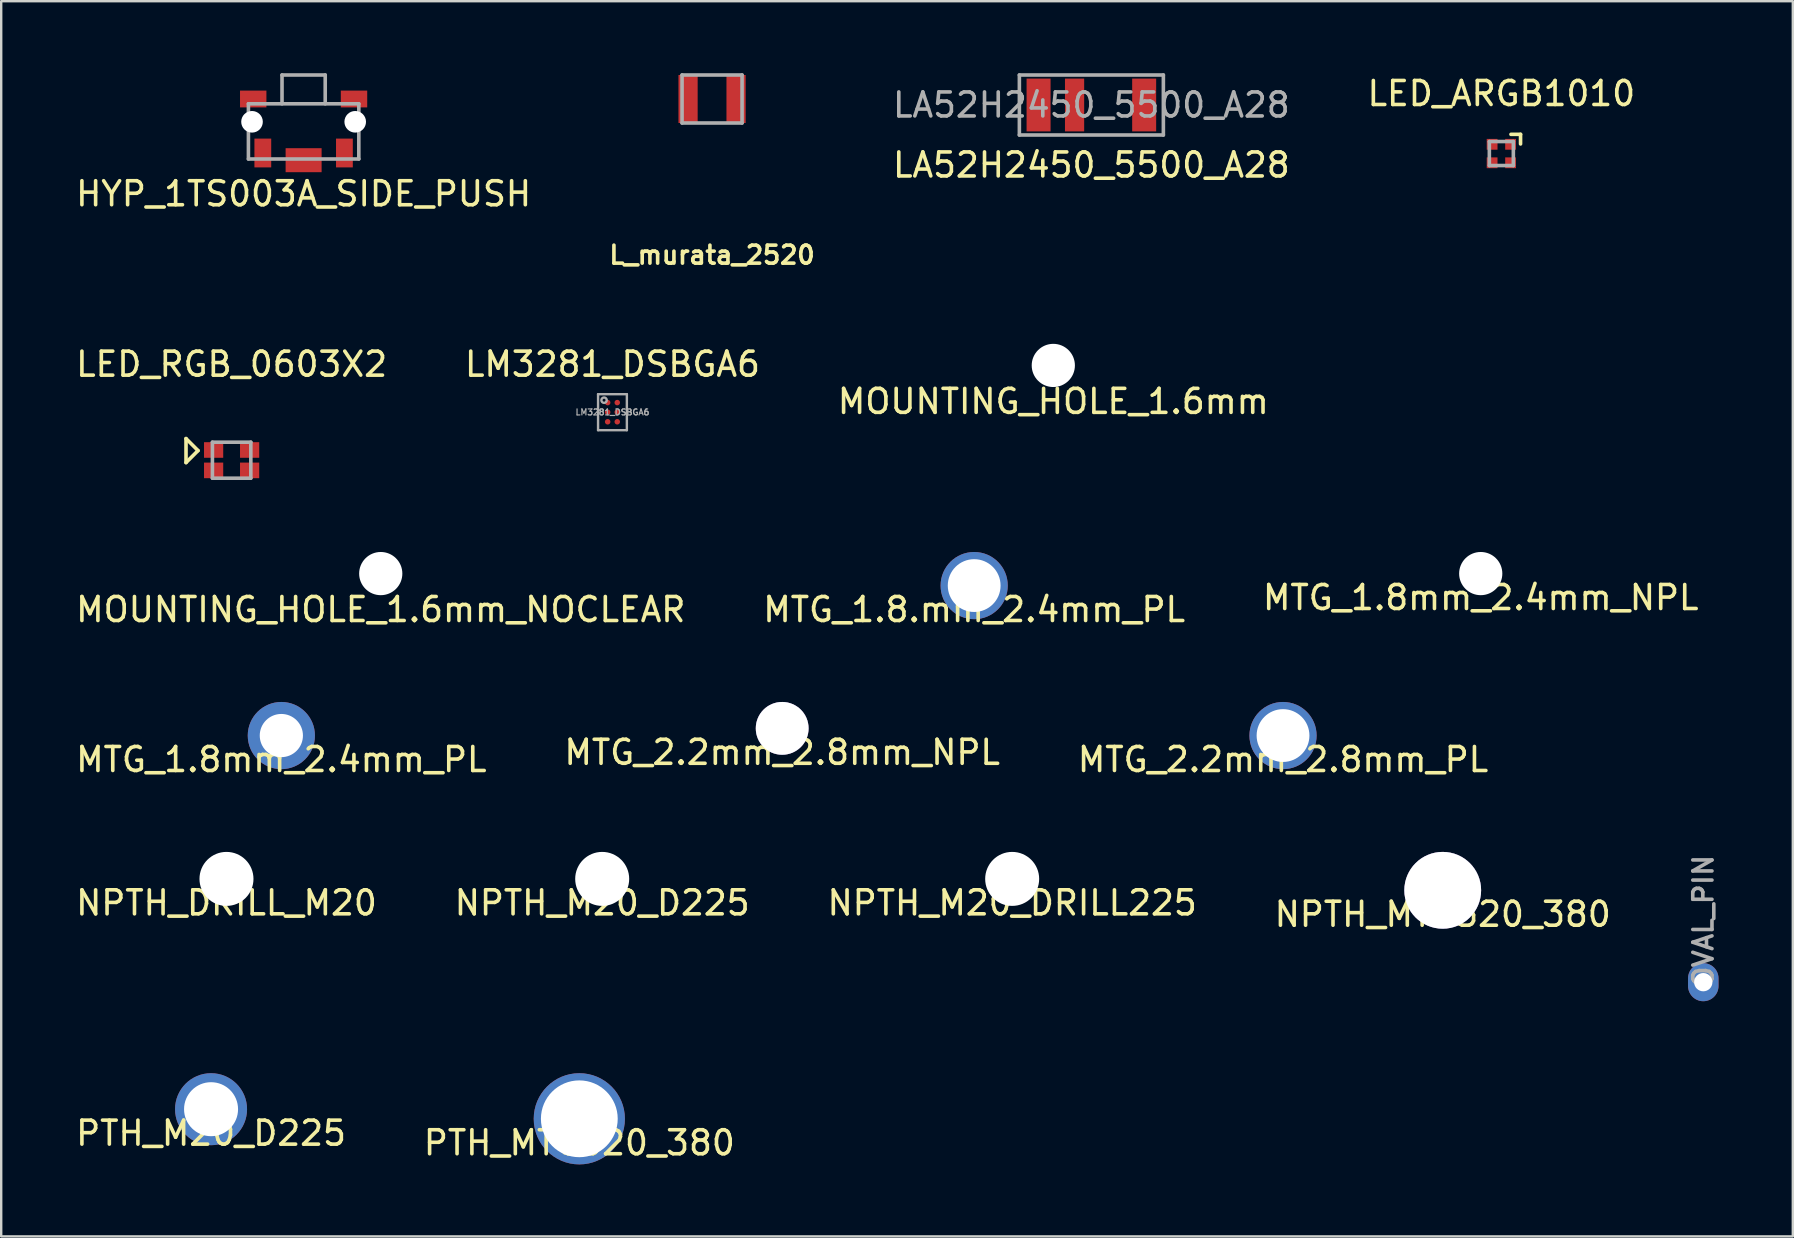
<source format=kicad_pcb>
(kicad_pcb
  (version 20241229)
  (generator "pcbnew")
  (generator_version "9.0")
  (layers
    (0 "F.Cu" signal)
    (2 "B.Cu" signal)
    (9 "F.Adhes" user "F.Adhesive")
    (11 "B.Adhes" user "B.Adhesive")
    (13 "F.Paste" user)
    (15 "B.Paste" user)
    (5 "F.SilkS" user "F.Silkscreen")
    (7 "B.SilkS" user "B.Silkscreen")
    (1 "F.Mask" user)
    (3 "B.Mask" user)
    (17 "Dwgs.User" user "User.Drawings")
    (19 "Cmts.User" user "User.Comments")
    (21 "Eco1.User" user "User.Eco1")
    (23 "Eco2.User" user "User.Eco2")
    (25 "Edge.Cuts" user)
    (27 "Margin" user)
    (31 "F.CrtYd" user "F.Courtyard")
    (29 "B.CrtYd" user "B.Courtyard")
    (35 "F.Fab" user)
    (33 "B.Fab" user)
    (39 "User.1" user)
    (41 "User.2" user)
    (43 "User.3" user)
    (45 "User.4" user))
  (footprint "NPTH_MTG320_380"
    (layer "F.Cu")
    (at 57.065 34.047)
    (property "Reference" "NPTH_MTG320_380" (at 0 1 0) (layer "F.SilkS") (effects (font (size 1 1) (thickness 0.15))))
    (attr through_hole)
    (pad "1" thru_hole circle (at 0 0) (size 3.2 3.2) (drill 3.2) (layers "*.Cu" "*.Mask")))
  (footprint "NPTH_DRILL_M20"
    (layer "F.Cu")
    (at 6.387 33.572)
    (property "Reference" "NPTH_DRILL_M20" (at 0 1 0) (layer "F.SilkS") (effects (font (size 1 1) (thickness 0.15))))
    (attr through_hole)
    (pad "" np_thru_hole circle (at 0 0) (size 2.25 2.25) (drill 2.25) (layers "*.Cu" "*.Mask")))
  (footprint "MTG_2.2mm_2.8mm_NPL"
    (layer "F.Cu")
    (at 29.542 27.299)
    (property "Reference" "MTG_2.2mm_2.8mm_NPL" (at 0 1 0) (layer "F.SilkS") (effects (font (size 1 1) (thickness 0.15))))
    (attr through_hole)
    (pad "1" thru_hole circle (at 0 0) (size 2.2 2.2) (drill 2.2) (layers "*.Cu" "*.Mask")))
  (footprint "LA52H2450_5500_A28"
    (layer "F.Cu")
    (at 42.425 1.325)
    (property "Reference" "LA52H2450_5500_A28" (at 0 2.5 0) (layer "F.SilkS") (effects (font (size 1 1) (thickness 0.15))))
    (attr through_hole)
    (fp_line (start -3 -1.25) (end 3 -1.25) (stroke (width 0.15) (type solid)) (layer "F.Fab"))
    (fp_line (start -3 1.25) (end -3 -1.25) (stroke (width 0.15) (type solid)) (layer "F.Fab"))
    (fp_line (start 3 -1.25) (end 3 1.25) (stroke (width 0.15) (type solid)) (layer "F.Fab"))
    (fp_line (start 3 1.25) (end -3 1.25) (stroke (width 0.15) (type solid)) (layer "F.Fab"))
    (fp_text user "${REFERENCE}" (at 0 0 0) (layer "F.Fab") (effects (font (size 1 1) (thickness 0.15))))
    (pad "1" smd rect (at -2.2 0) (size 1 2.2) (layers "F.Cu" "F.Mask" "F.Paste"))
    (pad "2" smd rect (at -0.7 0) (size 0.8 2.2) (layers "F.Cu" "F.Mask" "F.Paste"))
    (pad "3" smd rect (at 2.2 0) (size 1 2.2) (layers "F.Cu" "F.Mask" "F.Paste")))
  (footprint "MTG_1.8.mm_2.4mm_PL"
    (layer "F.Cu")
    (at 37.542 21.35)
    (property "Reference" "MTG_1.8.mm_2.4mm_PL" (at 0 1 0) (layer "F.SilkS") (effects (font (size 1 1) (thickness 0.15))))
    (attr through_hole)
    (pad "1" thru_hole circle (at 0 0) (size 2.8 2.8) (drill 2.2) (layers "*.Cu" "*.Mask")))
  (footprint "MOUNTING_HOLE_1.6mm_NOCLEAR"
    (layer "F.Cu")
    (at 12.815 20.85)
    (property "Reference" "MOUNTING_HOLE_1.6mm_NOCLEAR" (at 0 1.5 0) (layer "F.SilkS") (effects (font (size 1 1) (thickness 0.15))))
    (attr through_hole)
    (pad "" np_thru_hole circle (at 0 0 90) (size 1.8 1.8) (drill 1.8) (layers "*.Cu" "*.Mask")))
  (footprint "MOUNTING_HOLE_1.6mm"
    (layer "F.Cu")
    (at 40.839 12.177)
    (property "Reference" "MOUNTING_HOLE_1.6mm" (at 0 1.5 0) (layer "F.SilkS") (effects (font (size 1 1) (thickness 0.15))))
    (attr through_hole)
    (pad "" np_thru_hole circle (at 0 0) (size 1.8 1.8) (drill 1.8) (layers "*.Cu" "*.Mask")))
  (footprint "HYP_1TS003A_SIDE_PUSH"
    (layer "F.Cu")
    (at 9.601 2.025)
    (property "Reference" "HYP_1TS003A_SIDE_PUSH" (at 0 3 0) (layer "F.SilkS") (effects (font (size 1 1) (thickness 0.15))))
    (attr through_hole)
    (fp_line (start -2.3 -0.75) (end 2.3 -0.75) (stroke (width 0.15) (type solid)) (layer "F.Fab"))
    (fp_line (start -2.3 0) (end -2.3 -0.75) (stroke (width 0.15) (type solid)) (layer "F.Fab"))
    (fp_line (start -2.3 1.55) (end -2.3 0) (stroke (width 0.15) (type solid)) (layer "F.Fab"))
    (fp_line (start -0.9 -1.95) (end 0.9 -1.95) (stroke (width 0.15) (type solid)) (layer "F.Fab"))
    (fp_line (start -0.9 -0.75) (end -0.9 -1.95) (stroke (width 0.15) (type solid)) (layer "F.Fab"))
    (fp_line (start 0.9 -1.95) (end 0.9 -0.75) (stroke (width 0.15) (type solid)) (layer "F.Fab"))
    (fp_line (start 2.3 -0.75) (end 2.3 1.55) (stroke (width 0.15) (type solid)) (layer "F.Fab"))
    (fp_line (start 2.3 1.55) (end -2.3 1.55) (stroke (width 0.15) (type solid)) (layer "F.Fab"))
    (pad "" np_thru_hole circle (at -2.15 0) (size 0.9 0.9) (drill 0.9) (layers "*.Cu" "*.Mask"))
    (pad "" np_thru_hole circle (at 2.15 0) (size 0.9 0.9) (drill 0.9) (layers "*.Cu" "*.Mask"))
    (pad "1" smd rect (at -1.7 1.3) (size 0.7 1.2) (layers "F.Cu" "F.Mask" "F.Paste"))
    (pad "2" smd rect (at 1.7 1.3) (size 0.7 1.2) (layers "F.Cu" "F.Mask" "F.Paste"))
    (pad "MP" smd rect (at -2.1 -0.95) (size 1.1 0.7) (layers "F.Cu" "F.Mask" "F.Paste"))
    (pad "MP" smd rect (at 0 1.6) (size 1.5 1) (layers "F.Cu" "F.Mask" "F.Paste"))
    (pad "MP" smd rect (at 2.1 -0.95) (size 1.1 0.7) (layers "F.Cu" "F.Mask" "F.Paste")))
  (footprint "NPTH_M20_DRILL225"
    (layer "F.Cu")
    (at 39.125 33.572)
    (property "Reference" "NPTH_M20_DRILL225" (at 0 1 0) (layer "F.SilkS") (effects (font (size 1 1) (thickness 0.15))))
    (attr through_hole)
    (pad "" np_thru_hole circle (at 0 0) (size 2.25 2.25) (drill 2.25) (layers "*.Cu" "*.Mask")))
  (footprint "LED_RGB_0603X2"
    (layer "F.Cu")
    (at 6.601 16.125)
    (property "Reference" "LED_RGB_0603X2" (at 0 -4 0) (layer "F.SilkS") (effects (font (size 1 1) (thickness 0.15))))
    (attr through_hole)
    (fp_line (start -1.9 -0.9) (end -1.9 0.1) (stroke (width 0.15) (type solid)) (layer "F.SilkS"))
    (fp_line (start -1.9 0.1) (end -1.4 -0.4) (stroke (width 0.15) (type solid)) (layer "F.SilkS"))
    (fp_line (start -1.4 -0.4) (end -1.9 -0.9) (stroke (width 0.15) (type solid)) (layer "F.SilkS"))
    (fp_line (start -0.8 -0.75) (end 0.8 -0.75) (stroke (width 0.15) (type solid)) (layer "F.Fab"))
    (fp_line (start -0.8 0.75) (end -0.8 -0.75) (stroke (width 0.15) (type solid)) (layer "F.Fab"))
    (fp_line (start 0.8 -0.75) (end 0.8 0.75) (stroke (width 0.15) (type solid)) (layer "F.Fab"))
    (fp_line (start 0.8 0.75) (end -0.8 0.75) (stroke (width 0.15) (type solid)) (layer "F.Fab"))
    (pad "1" smd rect (at -0.75 -0.425) (size 0.8 0.65) (layers "F.Cu" "F.Mask" "F.Paste"))
    (pad "2" smd rect (at 0.75 -0.425) (size 0.8 0.65) (layers "F.Cu" "F.Mask" "F.Paste"))
    (pad "3" smd rect (at -0.75 0.425) (size 0.8 0.65) (layers "F.Cu" "F.Mask" "F.Paste"))
    (pad "4" smd rect (at 0.75 0.425) (size 0.8 0.65) (layers "F.Cu" "F.Mask" "F.Paste")))
  (footprint "MTG_1.8mm_2.4mm_PL"
    (layer "F.Cu")
    (at 8.673 27.599)
    (property "Reference" "MTG_1.8mm_2.4mm_PL" (at 0 1 0) (layer "F.SilkS") (effects (font (size 1 1) (thickness 0.15))))
    (attr through_hole)
    (pad "1" thru_hole circle (at 0 0) (size 2.8 2.8) (drill 1.8) (layers "*.Cu" "*.Mask")))
  (footprint "LED_ARGB1010"
    (layer "F.Cu")
    (at 59.508 3.348)
    (property "Reference" "LED_ARGB1010" (at 0 -2.5 0) (layer "F.SilkS") (effects (font (size 1 1) (thickness 0.15))))
    (attr through_hole)
    (fp_line (start 0.8 -0.8) (end 0.4 -0.8) (stroke (width 0.15) (type solid)) (layer "F.SilkS"))
    (fp_line (start 0.8 -0.8) (end 0.8 -0.4) (stroke (width 0.15) (type solid)) (layer "F.SilkS"))
    (fp_line (start -0.5 -0.5) (end 0.5 -0.5) (stroke (width 0.15) (type solid)) (layer "F.Fab"))
    (fp_line (start -0.5 0.5) (end -0.5 -0.5) (stroke (width 0.15) (type solid)) (layer "F.Fab"))
    (fp_line (start 0.5 -0.5) (end 0.5 0.5) (stroke (width 0.15) (type solid)) (layer "F.Fab"))
    (fp_line (start 0.5 0.5) (end -0.5 0.5) (stroke (width 0.15) (type solid)) (layer "F.Fab"))
    (pad "1" smd rect (at 0.385 -0.385) (size 0.45 0.45) (layers "F.Cu" "F.Mask" "F.Paste"))
    (pad "2" smd rect (at 0.385 0.385) (size 0.45 0.45) (layers "F.Cu" "F.Mask" "F.Paste"))
    (pad "3" smd rect (at -0.385 0.385) (size 0.45 0.45) (layers "F.Cu" "F.Mask" "F.Paste"))
    (pad "4" smd rect (at -0.385 -0.385) (size 0.45 0.45) (layers "F.Cu" "F.Mask" "F.Paste")))
  (footprint "PTH_MTG320_380"
    (layer "F.Cu")
    (at 21.089 43.568)
    (property "Reference" "PTH_MTG320_380" (at 0 1 0) (layer "F.SilkS") (effects (font (size 1 1) (thickness 0.15))))
    (attr through_hole)
    (pad "1" thru_hole circle (at 0 0) (size 3.8 3.8) (drill 3.2) (layers "*.Cu" "*.Mask")))
  (footprint "OVAL_PIN"
    (layer "F.Cu")
    (at 67.922 37.875)
    (property "Reference" "OVAL_PIN" (at 0 -2.54 90) (layer "F.Fab") (effects (font (size 0.8 0.8) (thickness 0.15))))
    (attr through_hole)
    (pad "1" thru_hole oval (at 0 0) (size 1.27 1.587) (drill 0.762) (layers "*.Cu" "*.Mask")))
  (footprint "MTG_2.2mm_2.8mm_PL"
    (layer "F.Cu")
    (at 50.411 27.599)
    (property "Reference" "MTG_2.2mm_2.8mm_PL" (at 0 1 0) (layer "F.SilkS") (effects (font (size 1 1) (thickness 0.15))))
    (attr through_hole)
    (pad "1" thru_hole circle (at 0 0) (size 2.8 2.8) (drill 2.2) (layers "*.Cu" "*.Mask")))
  (footprint "NPTH_M20_D225"
    (layer "F.Cu")
    (at 22.042 33.572)
    (property "Reference" "NPTH_M20_D225" (at 0 1 0) (layer "F.SilkS") (effects (font (size 1 1) (thickness 0.15))))
    (attr through_hole)
    (pad "" np_thru_hole circle (at 0 0) (size 2.25 2.25) (drill 2.25) (layers "*.Cu" "*.Mask")))
  (footprint "LM3281_DSBGA6"
    (layer "F.Cu")
    (at 22.47 14.125)
    (property "Reference" "LM3281_DSBGA6" (at 0 -2 0) (layer "F.SilkS") (effects (font (size 1 1) (thickness 0.15))))
    (attr through_hole)
    (fp_line (start -0.6 -0.75) (end 0.6 -0.75) (stroke (width 0.1) (type solid)) (layer "F.Fab"))
    (fp_line (start -0.6 0.75) (end -0.6 -0.75) (stroke (width 0.1) (type solid)) (layer "F.Fab"))
    (fp_line (start 0.6 -0.75) (end 0.6 0.75) (stroke (width 0.1) (type solid)) (layer "F.Fab"))
    (fp_line (start 0.6 0.75) (end -0.6 0.75) (stroke (width 0.1) (type solid)) (layer "F.Fab"))
    (fp_circle (center -0.35 -0.5) (end -0.25 -0.45) (stroke (width 0.1) (type solid)) (fill no) (layer "F.Fab"))
    (fp_text user "${REFERENCE}" (at 0 0 0) (layer "F.Fab") (effects (font (size 0.25 0.25) (thickness 0.05))))
    (pad "A1" smd circle (at -0.2 -0.4) (size 0.23 0.23) (layers "F.Cu" "F.Mask" "F.Paste"))
    (pad "A2" smd circle (at 0.2 -0.4) (size 0.23 0.23) (layers "F.Cu" "F.Mask" "F.Paste"))
    (pad "B1" smd circle (at -0.2 0) (size 0.23 0.23) (layers "F.Cu" "F.Mask" "F.Paste"))
    (pad "B2" smd circle (at 0.2 0) (size 0.23 0.23) (layers "F.Cu" "F.Mask" "F.Paste"))
    (pad "C1" smd circle (at -0.2 0.4) (size 0.23 0.23) (layers "F.Cu" "F.Mask" "F.Paste"))
    (pad "C2" smd circle (at 0.2 0.4) (size 0.23 0.23) (layers "F.Cu" "F.Mask" "F.Paste")))
  (footprint "PTH_M20_D225"
    (layer "F.Cu")
    (at 5.744 43.168)
    (property "Reference" "PTH_M20_D225" (at 0 1 0) (layer "F.SilkS") (effects (font (size 1 1) (thickness 0.15))))
    (attr through_hole)
    (pad "1" thru_hole circle (at 0 0) (size 3 3) (drill 2.25) (layers "*.Cu" "*.Mask")))
  (footprint "L_murata_2520"
    (layer "F.Cu")
    (at 26.62 1.075)
    (property "Reference" "L_murata_2520" (at 0 6.5 180) (layer "F.SilkS") (effects (font (size 0.75 0.75) (thickness 0.15))))
    (attr through_hole)
    (fp_line (start -1.25 -1) (end -1.25 1) (stroke (width 0.15) (type solid)) (layer "F.Fab"))
    (fp_line (start -1.25 1) (end 1.25 1) (stroke (width 0.15) (type solid)) (layer "F.Fab"))
    (fp_line (start 1.25 -1) (end -1.25 -1) (stroke (width 0.15) (type solid)) (layer "F.Fab"))
    (fp_line (start 1.25 1) (end 1.25 -1) (stroke (width 0.15) (type solid)) (layer "F.Fab"))
    (pad "1" smd rect (at -1 0) (size 0.8 2) (layers "F.Cu" "F.Mask" "F.Paste"))
    (pad "2" smd rect (at 1 0) (size 0.8 2) (layers "F.Cu" "F.Mask" "F.Paste")))
  (footprint "MTG_1.8mm_2.4mm_NPL"
    (layer "F.Cu")
    (at 58.649 20.85)
    (property "Reference" "MTG_1.8mm_2.4mm_NPL" (at 0 1 0) (layer "F.SilkS") (effects (font (size 1 1) (thickness 0.15))))
    (attr through_hole)
    (pad "" np_thru_hole circle (at 0 0) (size 1.8 1.8) (drill 1.8) (layers "*.Cu" "*.Mask")))
  (gr_rect
    (start -3 -3)
    (end 71.653 48.468)
    (stroke (width 0.1) (type default))
    (fill no)
    (layer "Edge.Cuts")))
</source>
